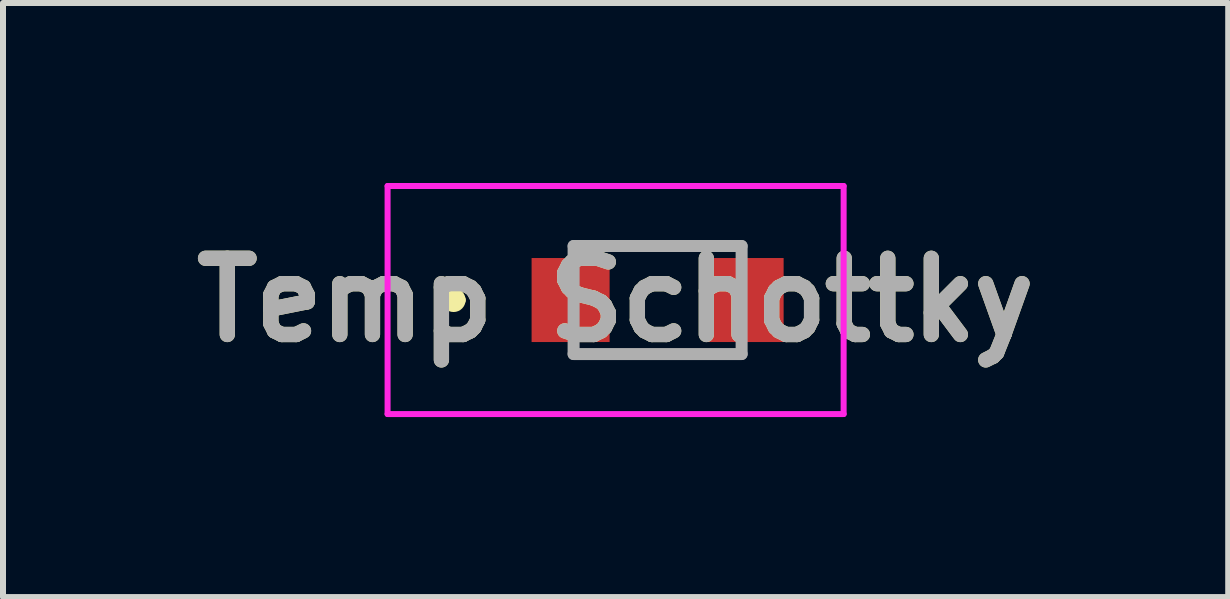
<source format=kicad_pcb>
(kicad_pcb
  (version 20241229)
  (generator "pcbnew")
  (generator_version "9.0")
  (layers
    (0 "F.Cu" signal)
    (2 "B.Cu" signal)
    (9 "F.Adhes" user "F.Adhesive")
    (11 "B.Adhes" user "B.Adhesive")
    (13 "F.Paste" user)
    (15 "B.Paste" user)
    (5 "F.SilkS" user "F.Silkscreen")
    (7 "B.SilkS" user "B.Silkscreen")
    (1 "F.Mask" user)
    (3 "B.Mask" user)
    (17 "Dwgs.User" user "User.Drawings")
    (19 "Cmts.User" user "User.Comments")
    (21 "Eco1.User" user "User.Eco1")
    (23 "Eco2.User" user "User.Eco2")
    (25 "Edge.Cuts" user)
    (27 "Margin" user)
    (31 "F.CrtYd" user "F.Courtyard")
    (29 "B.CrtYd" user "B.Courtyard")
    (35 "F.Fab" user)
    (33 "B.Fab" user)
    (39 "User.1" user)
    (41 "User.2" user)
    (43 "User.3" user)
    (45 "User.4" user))
  (footprint "Temp Schottky"
    (layer "F.Cu")
    (at 7.909 1.95)
    (property "Reference" "Temp Schottky" (at -0.7 0 0) (layer "F.SilkS") (effects (font (size 1.27 1.27) (thickness 0.254))))
    (attr smd)
    (fp_line (start -3.5 0) (end -3.5 0) (stroke (width 0.2) (type solid)) (layer "F.SilkS"))
    (fp_line (start -3.3 0) (end -3.3 0) (stroke (width 0.2) (type solid)) (layer "F.SilkS"))
    (fp_arc (start -3.5 0) (mid -3.4 -0.1) (end -3.3 0) (stroke (width 0.2) (type solid)) (layer "F.SilkS"))
    (fp_arc (start -3.3 0) (mid -3.4 0.1) (end -3.5 0) (stroke (width 0.2) (type solid)) (layer "F.SilkS"))
    (fp_line (start -4.5 -1.9) (end 3.1 -1.9) (stroke (width 0.1) (type solid)) (layer "F.CrtYd"))
    (fp_line (start -4.5 1.9) (end -4.5 -1.9) (stroke (width 0.1) (type solid)) (layer "F.CrtYd"))
    (fp_line (start 3.1 -1.9) (end 3.1 1.9) (stroke (width 0.1) (type solid)) (layer "F.CrtYd"))
    (fp_line (start 3.1 1.9) (end -4.5 1.9) (stroke (width 0.1) (type solid)) (layer "F.CrtYd"))
    (fp_line (start -1.4 -0.9) (end 1.4 -0.9) (stroke (width 0.2) (type solid)) (layer "F.Fab"))
    (fp_line (start -1.4 0.9) (end -1.4 -0.9) (stroke (width 0.2) (type solid)) (layer "F.Fab"))
    (fp_line (start 1.4 -0.9) (end 1.4 0.9) (stroke (width 0.2) (type solid)) (layer "F.Fab"))
    (fp_line (start 1.4 0.9) (end -1.4 0.9) (stroke (width 0.2) (type solid)) (layer "F.Fab"))
    (fp_text user "${REFERENCE}" (at -0.7 0 0) (layer "F.Fab") (effects (font (size 1.27 1.27) (thickness 0.254))))
    (pad "1" smd rect (at -1.45 0) (size 1.3 1.4) (layers "F.Cu" "F.Mask" "F.Paste"))
    (pad "2" smd rect (at 1.45 0) (size 1.3 1.4) (layers "F.Cu" "F.Mask" "F.Paste")))
  (gr_rect
    (start -3 -3)
    (end 17.418 6.9)
    (stroke (width 0.1) (type default))
    (fill no)
    (layer "Edge.Cuts")))
</source>
